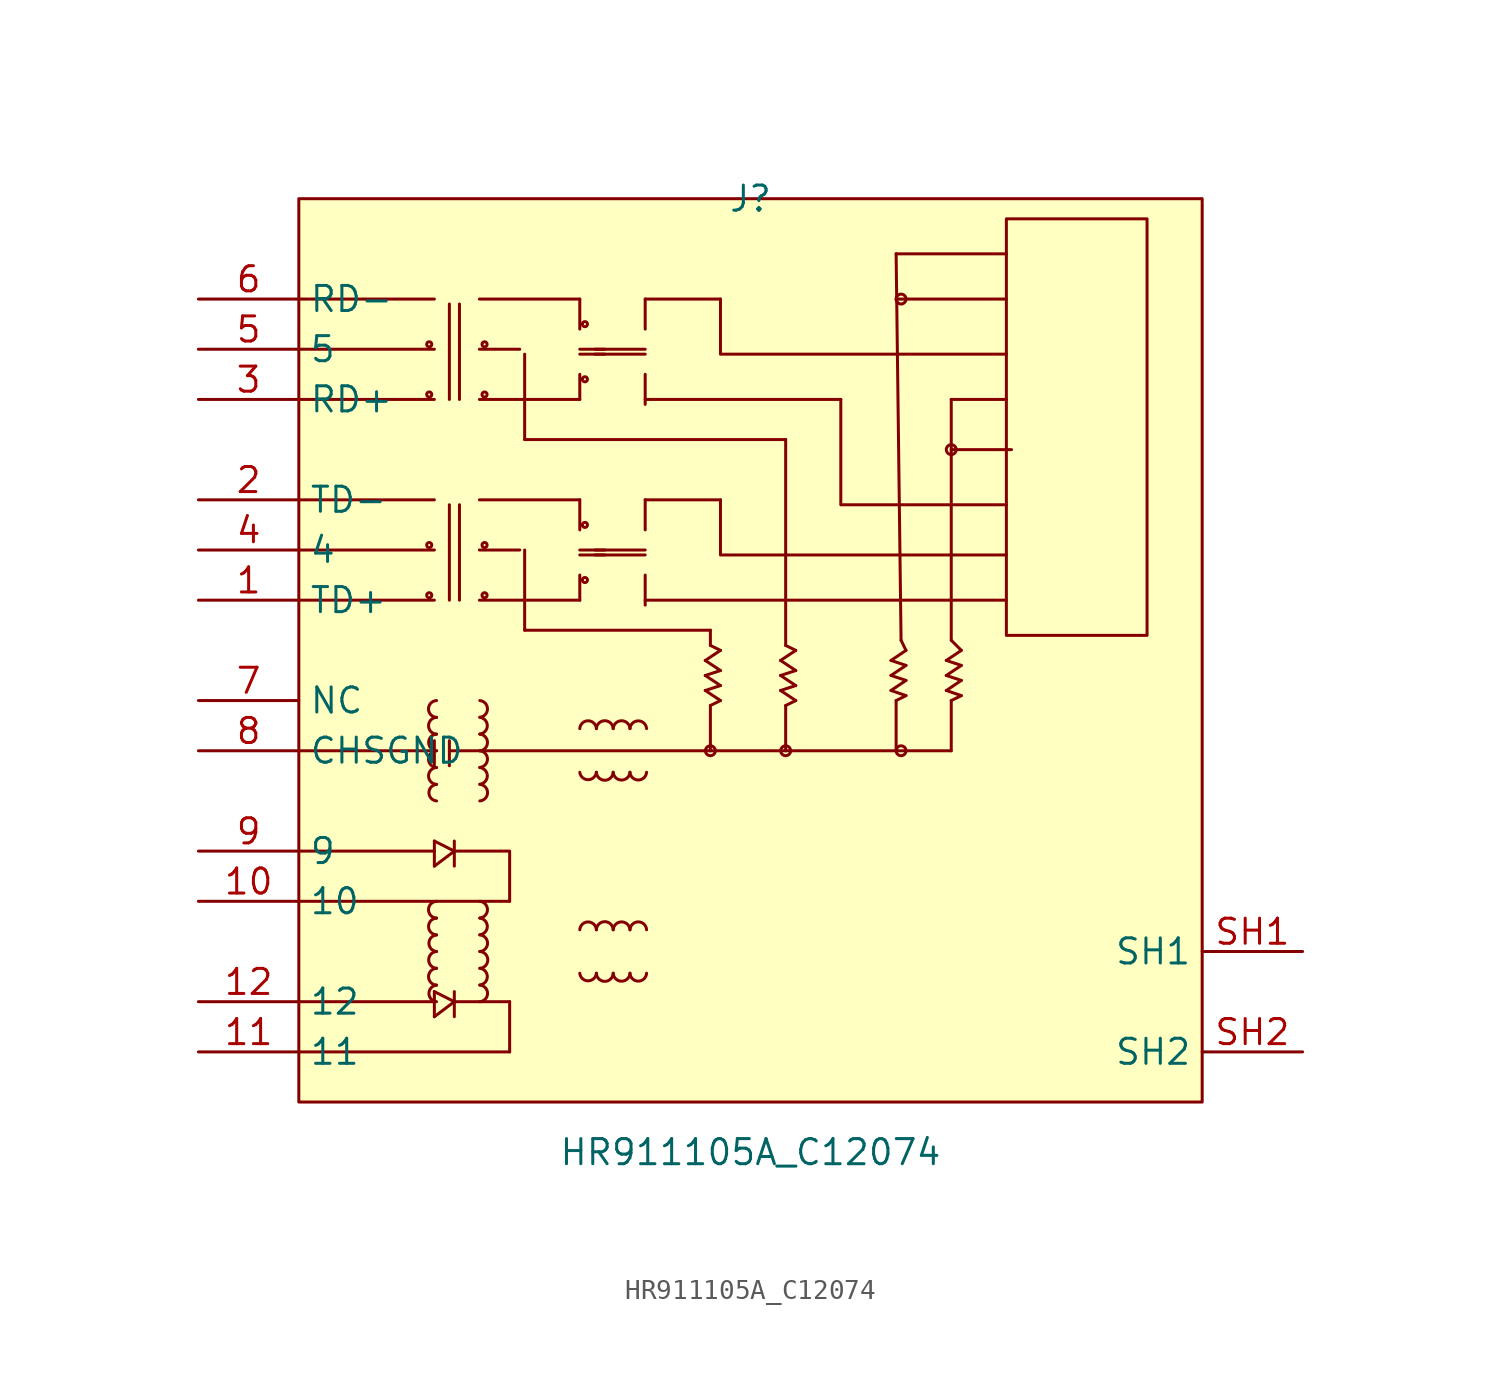
<source format=kicad_sym>
(kicad_symbol_lib
  (version 20211014)
  (generator https://github.com/uPesy/easyeda2kicad.py)
  (symbol "HR911105A_C12074"
    (property "Reference" "J"
      (at 0 22.86 0)
      (effects (font (size 1.27 1.27))))
    (property "Value" "HR911105A_C12074"
      (at 0 -25.40 0)
      (effects (font (size 1.27 1.27))))
    (symbol "HR911105A_C12074_0_1"
      (rectangle (start -22.86 22.86) (end 22.86 -22.86) (stroke (width 0) (type default) (color 0 0 0 0)) (fill (type background)))
      (circle (center 7.62 17.78) (radius 0.25) (stroke (width 0) (type default) (color 0 0 0 0)) (fill (type none)))
      (circle (center 10.16 10.16) (radius 0.25) (stroke (width 0) (type default) (color 0 0 0 0)) (fill (type none)))
      (circle (center 1.78 -5.08) (radius 0.25) (stroke (width 0) (type default) (color 0 0 0 0)) (fill (type none)))
      (circle (center 7.62 -5.08) (radius 0.25) (stroke (width 0) (type default) (color 0 0 0 0)) (fill (type none)))
      (circle (center -13.46 15.49) (radius 0.13) (stroke (width 0) (type default) (color 0 0 0 0)) (fill (type none)))
      (circle (center -16.26 15.49) (radius 0.13) (stroke (width 0) (type default) (color 0 0 0 0)) (fill (type none)))
      (circle (center -16.26 12.95) (radius 0.13) (stroke (width 0) (type default) (color 0 0 0 0)) (fill (type none)))
      (circle (center -13.46 12.95) (radius 0.13) (stroke (width 0) (type default) (color 0 0 0 0)) (fill (type none)))
      (circle (center -16.26 5.33) (radius 0.13) (stroke (width 0) (type default) (color 0 0 0 0)) (fill (type none)))
      (circle (center -16.26 2.79) (radius 0.13) (stroke (width 0) (type default) (color 0 0 0 0)) (fill (type none)))
      (circle (center -13.46 5.33) (radius 0.13) (stroke (width 0) (type default) (color 0 0 0 0)) (fill (type none)))
      (circle (center -13.46 2.79) (radius 0.13) (stroke (width 0) (type default) (color 0 0 0 0)) (fill (type none)))
      (circle (center -8.38 16.51) (radius 0.13) (stroke (width 0) (type default) (color 0 0 0 0)) (fill (type none)))
      (circle (center -8.38 13.72) (radius 0.13) (stroke (width 0) (type default) (color 0 0 0 0)) (fill (type none)))
      (circle (center -8.38 6.35) (radius 0.13) (stroke (width 0) (type default) (color 0 0 0 0)) (fill (type none)))
      (circle (center -8.38 3.56) (radius 0.13) (stroke (width 0) (type default) (color 0 0 0 0)) (fill (type none)))
      (circle (center -2.03 -5.08) (radius 0.25) (stroke (width 0) (type default) (color 0 0 0 0)) (fill (type none)))
      (arc (start -15.89 -16.94) (mid -15.99 -17.76) (end -15.89 -17.78) (stroke (width 0) (type default) (color 0 0 0 0)) (fill (type none)))
      (arc (start -15.89 -16.09) (mid -15.93 -16.94) (end -15.89 -16.94) (stroke (width 0) (type default) (color 0 0 0 0)) (fill (type none)))
      (arc (start -15.89 -15.24) (mid -15.68 -16.05) (end -15.89 -16.09) (stroke (width 0) (type default) (color 0 0 0 0)) (fill (type none)))
      (arc (start -15.89 -14.40) (mid -15.99 -15.22) (end -15.89 -15.24) (stroke (width 0) (type default) (color 0 0 0 0)) (fill (type none)))
      (arc (start -15.89 -13.55) (mid -15.93 -14.40) (end -15.89 -14.40) (stroke (width 0) (type default) (color 0 0 0 0)) (fill (type none)))
      (arc (start -15.89 -12.70) (mid -15.67 -13.50) (end -15.89 -13.55) (stroke (width 0) (type default) (color 0 0 0 0)) (fill (type none)))
      (arc (start -15.89 -6.78) (mid -15.99 -7.60) (end -15.89 -7.62) (stroke (width 0) (type default) (color 0 0 0 0)) (fill (type none)))
      (arc (start -15.89 -5.93) (mid -15.93 -6.78) (end -15.89 -6.78) (stroke (width 0) (type default) (color 0 0 0 0)) (fill (type none)))
      (arc (start -15.89 -5.08) (mid -15.67 -5.88) (end -15.89 -5.93) (stroke (width 0) (type default) (color 0 0 0 0)) (fill (type none)))
      (arc (start -15.89 -4.24) (mid -16.00 -5.06) (end -15.89 -5.08) (stroke (width 0) (type default) (color 0 0 0 0)) (fill (type none)))
      (arc (start -15.89 -3.39) (mid -15.93 -4.24) (end -15.89 -4.24) (stroke (width 0) (type default) (color 0 0 0 0)) (fill (type none)))
      (arc (start -15.89 -2.54) (mid -15.67 -3.34) (end -15.89 -3.39) (stroke (width 0) (type default) (color 0 0 0 0)) (fill (type none)))
      (arc (start -13.70 -17.78) (mid -13.86 -17.76) (end -13.70 -16.94) (stroke (width 0) (type default) (color 0 0 0 0)) (fill (type none)))
      (arc (start -13.70 -16.94) (mid -13.79 -16.94) (end -13.70 -16.09) (stroke (width 0) (type default) (color 0 0 0 0)) (fill (type none)))
      (arc (start -13.70 -16.09) (mid -13.54 -16.05) (end -13.70 -15.24) (stroke (width 0) (type default) (color 0 0 0 0)) (fill (type none)))
      (arc (start -13.70 -15.24) (mid -13.86 -15.22) (end -13.70 -14.40) (stroke (width 0) (type default) (color 0 0 0 0)) (fill (type none)))
      (arc (start -13.70 -14.40) (mid -13.79 -14.40) (end -13.70 -13.55) (stroke (width 0) (type default) (color 0 0 0 0)) (fill (type none)))
      (arc (start -13.70 -13.55) (mid -13.53 -13.50) (end -13.70 -12.70) (stroke (width 0) (type default) (color 0 0 0 0)) (fill (type none)))
      (arc (start -13.70 -7.62) (mid -13.86 -7.60) (end -13.70 -6.78) (stroke (width 0) (type default) (color 0 0 0 0)) (fill (type none)))
      (arc (start -13.70 -6.78) (mid -13.79 -6.78) (end -13.70 -5.93) (stroke (width 0) (type default) (color 0 0 0 0)) (fill (type none)))
      (arc (start -13.70 -5.93) (mid -13.53 -5.88) (end -13.70 -5.08) (stroke (width 0) (type default) (color 0 0 0 0)) (fill (type none)))
      (arc (start -13.70 -5.08) (mid -13.87 -5.06) (end -13.70 -4.24) (stroke (width 0) (type default) (color 0 0 0 0)) (fill (type none)))
      (arc (start -13.70 -4.24) (mid -13.79 -4.24) (end -13.70 -3.39) (stroke (width 0) (type default) (color 0 0 0 0)) (fill (type none)))
      (arc (start -13.70 -3.39) (mid -13.53 -3.34) (end -13.70 -2.54) (stroke (width 0) (type default) (color 0 0 0 0)) (fill (type none)))
      (arc (start -6.10 -16.34) (mid -5.81 -16.72) (end -5.26 -16.34) (stroke (width 0) (type default) (color 0 0 0 0)) (fill (type none)))
      (arc (start -6.95 -16.34) (mid -6.58 -16.74) (end -6.10 -16.34) (stroke (width 0) (type default) (color 0 0 0 0)) (fill (type none)))
      (arc (start -7.80 -16.34) (mid -7.19 -16.71) (end -6.95 -16.34) (stroke (width 0) (type default) (color 0 0 0 0)) (fill (type none)))
      (arc (start -8.64 -16.34) (mid -8.52 -16.60) (end -7.80 -16.34) (stroke (width 0) (type default) (color 0 0 0 0)) (fill (type none)))
      (arc (start -5.26 -14.14) (mid -5.81 -14.56) (end -6.10 -14.14) (stroke (width 0) (type default) (color 0 0 0 0)) (fill (type none)))
      (arc (start -6.10 -14.14) (mid -6.58 -14.59) (end -6.95 -14.14) (stroke (width 0) (type default) (color 0 0 0 0)) (fill (type none)))
      (arc (start -6.95 -14.14) (mid -7.19 -14.54) (end -7.80 -14.14) (stroke (width 0) (type default) (color 0 0 0 0)) (fill (type none)))
      (arc (start -7.80 -14.14) (mid -8.52 -14.46) (end -8.64 -14.14) (stroke (width 0) (type default) (color 0 0 0 0)) (fill (type none)))
      (arc (start -6.10 -6.17) (mid -5.81 -6.54) (end -5.26 -6.17) (stroke (width 0) (type default) (color 0 0 0 0)) (fill (type none)))
      (arc (start -6.95 -6.17) (mid -6.58 -6.56) (end -6.10 -6.17) (stroke (width 0) (type default) (color 0 0 0 0)) (fill (type none)))
      (arc (start -7.80 -6.17) (mid -7.19 -6.53) (end -6.95 -6.17) (stroke (width 0) (type default) (color 0 0 0 0)) (fill (type none)))
      (arc (start -8.64 -6.17) (mid -8.52 -6.42) (end -7.80 -6.17) (stroke (width 0) (type default) (color 0 0 0 0)) (fill (type none)))
      (arc (start -5.26 -3.96) (mid -5.81 -4.39) (end -6.10 -3.96) (stroke (width 0) (type default) (color 0 0 0 0)) (fill (type none)))
      (arc (start -6.10 -3.96) (mid -6.58 -4.41) (end -6.95 -3.96) (stroke (width 0) (type default) (color 0 0 0 0)) (fill (type none)))
      (arc (start -6.95 -3.96) (mid -7.19 -4.37) (end -7.80 -3.96) (stroke (width 0) (type default) (color 0 0 0 0)) (fill (type none)))
      (arc (start -7.80 -3.96) (mid -8.52 -4.28) (end -8.64 -3.96) (stroke (width 0) (type default) (color 0 0 0 0)) (fill (type none)))
      (polyline (pts (xy -5.33 7.62) (xy -1.52 7.62)) (stroke (width 0) (type default) (color 0 0 0 0)) (fill (type none)))
      (polyline (pts (xy 10.16 12.70) (xy 12.95 12.70)) (stroke (width 0) (type default) (color 0 0 0 0)) (fill (type none)))
      (polyline (pts (xy 1.78 10.67) (xy -11.43 10.67)) (stroke (width 0) (type default) (color 0 0 0 0)) (fill (type none)))
      (polyline (pts (xy 12.95 2.54) (xy -5.33 2.54)) (stroke (width 0) (type default) (color 0 0 0 0)) (fill (type none)))
      (polyline (pts (xy -15.24 7.37) (xy -15.24 2.54)) (stroke (width 0) (type default) (color 0 0 0 0)) (fill (type none)))
      (polyline (pts (xy -14.73 7.37) (xy -14.73 2.54)) (stroke (width 0) (type default) (color 0 0 0 0)) (fill (type none)))
      (polyline (pts (xy -13.72 2.54) (xy -8.64 2.54)) (stroke (width 0) (type default) (color 0 0 0 0)) (fill (type none)))
      (polyline (pts (xy -5.33 3.81) (xy -5.33 2.54) (xy -5.33 2.29)) (stroke (width 0) (type default) (color 0 0 0 0)) (fill (type none)))
      (polyline (pts (xy -13.72 7.62) (xy -8.64 7.62)) (stroke (width 0) (type default) (color 0 0 0 0)) (fill (type none)))
      (polyline (pts (xy -8.64 4.83) (xy -7.37 4.83)) (stroke (width 0) (type default) (color 0 0 0 0)) (fill (type none)))
      (polyline (pts (xy -8.64 5.08) (xy -7.37 5.08)) (stroke (width 0) (type default) (color 0 0 0 0)) (fill (type none)))
      (polyline (pts (xy -5.33 6.10) (xy -5.33 7.62)) (stroke (width 0) (type default) (color 0 0 0 0)) (fill (type none)))
      (polyline (pts (xy -5.33 4.83) (xy -7.87 4.83)) (stroke (width 0) (type default) (color 0 0 0 0)) (fill (type none)))
      (polyline (pts (xy -5.33 5.08) (xy -7.87 5.08)) (stroke (width 0) (type default) (color 0 0 0 0)) (fill (type none)))
      (polyline (pts (xy -16.00 -5.08) (xy -22.86 -5.08)) (stroke (width 0) (type default) (color 0 0 0 0)) (fill (type none)))
      (polyline (pts (xy 12.95 21.84) (xy 12.95 0.76) (xy 20.07 0.76) (xy 20.07 21.84) (xy 12.95 21.84)) (stroke (width 0) (type default) (color 0 0 0 0)) (fill (type background)))
      (polyline (pts (xy -16.00 -4.57) (xy -16.00 -5.84)) (stroke (width 0) (type default) (color 0 0 0 0)) (fill (type none)))
      (polyline (pts (xy -15.24 -4.57) (xy -15.24 -5.84)) (stroke (width 0) (type default) (color 0 0 0 0)) (fill (type none)))
      (polyline (pts (xy 10.16 -5.08) (xy -15.24 -5.08)) (stroke (width 0) (type default) (color 0 0 0 0)) (fill (type none)))
      (polyline (pts (xy 2.29 -0.00) (xy 1.52 -0.51)) (stroke (width 0) (type default) (color 0 0 0 0)) (fill (type none)))
      (polyline (pts (xy 2.29 -2.54) (xy 1.52 -2.03)) (stroke (width 0) (type default) (color 0 0 0 0)) (fill (type none)))
      (polyline (pts (xy 2.29 -2.54) (xy 1.78 -2.79)) (stroke (width 0) (type default) (color 0 0 0 0)) (fill (type none)))
      (polyline (pts (xy 2.29 -1.02) (xy 1.52 -1.27)) (stroke (width 0) (type default) (color 0 0 0 0)) (fill (type none)))
      (polyline (pts (xy 2.29 -1.02) (xy 1.52 -0.51)) (stroke (width 0) (type default) (color 0 0 0 0)) (fill (type none)))
      (polyline (pts (xy 2.29 -1.78) (xy 1.52 -2.03)) (stroke (width 0) (type default) (color 0 0 0 0)) (fill (type none)))
      (polyline (pts (xy 2.29 -1.78) (xy 1.52 -1.27)) (stroke (width 0) (type default) (color 0 0 0 0)) (fill (type none)))
      (polyline (pts (xy 2.29 -0.00) (xy 1.78 0.25)) (stroke (width 0) (type default) (color 0 0 0 0)) (fill (type none)))
      (polyline (pts (xy 1.78 -2.79) (xy 1.78 -5.08)) (stroke (width 0) (type default) (color 0 0 0 0)) (fill (type none)))
      (polyline (pts (xy 7.87 -0.00) (xy 7.11 -0.51)) (stroke (width 0) (type default) (color 0 0 0 0)) (fill (type none)))
      (polyline (pts (xy 7.87 -2.29) (xy 7.11 -2.03)) (stroke (width 0) (type default) (color 0 0 0 0)) (fill (type none)))
      (polyline (pts (xy 7.87 -2.29) (xy 7.37 -2.54)) (stroke (width 0) (type default) (color 0 0 0 0)) (fill (type none)))
      (polyline (pts (xy 7.87 -0.76) (xy 7.11 -1.27)) (stroke (width 0) (type default) (color 0 0 0 0)) (fill (type none)))
      (polyline (pts (xy 7.87 -0.76) (xy 7.11 -0.51)) (stroke (width 0) (type default) (color 0 0 0 0)) (fill (type none)))
      (polyline (pts (xy 7.87 -1.52) (xy 7.11 -2.03)) (stroke (width 0) (type default) (color 0 0 0 0)) (fill (type none)))
      (polyline (pts (xy 7.87 -1.52) (xy 7.11 -1.27)) (stroke (width 0) (type default) (color 0 0 0 0)) (fill (type none)))
      (polyline (pts (xy 7.87 -0.00) (xy 7.62 0.51)) (stroke (width 0) (type default) (color 0 0 0 0)) (fill (type none)))
      (polyline (pts (xy 7.37 -2.54) (xy 7.37 -5.08)) (stroke (width 0) (type default) (color 0 0 0 0)) (fill (type none)))
      (polyline (pts (xy 10.67 -0.00) (xy 9.91 -0.51)) (stroke (width 0) (type default) (color 0 0 0 0)) (fill (type none)))
      (polyline (pts (xy 10.67 -2.29) (xy 9.91 -2.03)) (stroke (width 0) (type default) (color 0 0 0 0)) (fill (type none)))
      (polyline (pts (xy 10.67 -2.29) (xy 10.16 -2.54)) (stroke (width 0) (type default) (color 0 0 0 0)) (fill (type none)))
      (polyline (pts (xy 10.67 -0.76) (xy 9.91 -1.27)) (stroke (width 0) (type default) (color 0 0 0 0)) (fill (type none)))
      (polyline (pts (xy 10.67 -0.76) (xy 9.91 -0.51)) (stroke (width 0) (type default) (color 0 0 0 0)) (fill (type none)))
      (polyline (pts (xy 10.67 -1.52) (xy 9.91 -2.03)) (stroke (width 0) (type default) (color 0 0 0 0)) (fill (type none)))
      (polyline (pts (xy 10.67 -1.52) (xy 9.91 -1.27)) (stroke (width 0) (type default) (color 0 0 0 0)) (fill (type none)))
      (polyline (pts (xy 10.67 -0.00) (xy 10.16 0.51)) (stroke (width 0) (type default) (color 0 0 0 0)) (fill (type none)))
      (polyline (pts (xy 10.16 -2.54) (xy 10.16 -5.08)) (stroke (width 0) (type default) (color 0 0 0 0)) (fill (type none)))
      (polyline (pts (xy 12.95 14.99) (xy -1.52 14.99) (xy -1.52 17.78)) (stroke (width 0) (type default) (color 0 0 0 0)) (fill (type none)))
      (polyline (pts (xy 12.95 17.78) (xy 7.37 17.78)) (stroke (width 0) (type default) (color 0 0 0 0)) (fill (type none)))
      (polyline (pts (xy 12.95 20.07) (xy 7.37 20.07)) (stroke (width 0) (type default) (color 0 0 0 0)) (fill (type none)))
      (polyline (pts (xy 12.95 4.83) (xy -1.52 4.83) (xy -1.52 7.62)) (stroke (width 0) (type default) (color 0 0 0 0)) (fill (type none)))
      (polyline (pts (xy 13.21 10.16) (xy 10.16 10.16)) (stroke (width 0) (type default) (color 0 0 0 0)) (fill (type none)))
      (polyline (pts (xy 12.95 7.37) (xy 4.57 7.37) (xy 4.57 12.70)) (stroke (width 0) (type default) (color 0 0 0 0)) (fill (type none)))
      (polyline (pts (xy 1.78 0.25) (xy 1.78 10.67)) (stroke (width 0) (type default) (color 0 0 0 0)) (fill (type none)))
      (polyline (pts (xy 7.62 0.51) (xy 7.37 20.07)) (stroke (width 0) (type default) (color 0 0 0 0)) (fill (type none)))
      (polyline (pts (xy 10.16 0.51) (xy 10.16 12.70)) (stroke (width 0) (type default) (color 0 0 0 0)) (fill (type none)))
      (polyline (pts (xy -16.00 -10.16) (xy -22.86 -10.16)) (stroke (width 0) (type default) (color 0 0 0 0)) (fill (type none)))
      (polyline (pts (xy -16.00 -9.65) (xy -16.00 -10.92)) (stroke (width 0) (type default) (color 0 0 0 0)) (fill (type none)))
      (polyline (pts (xy -14.99 -10.16) (xy -16.00 -9.65)) (stroke (width 0) (type default) (color 0 0 0 0)) (fill (type none)))
      (polyline (pts (xy -14.99 -10.16) (xy -16.00 -10.92)) (stroke (width 0) (type default) (color 0 0 0 0)) (fill (type none)))
      (polyline (pts (xy -14.99 -9.65) (xy -14.99 -10.92)) (stroke (width 0) (type default) (color 0 0 0 0)) (fill (type none)))
      (polyline (pts (xy -14.99 -10.16) (xy -12.19 -10.16) (xy -12.19 -12.70)) (stroke (width 0) (type default) (color 0 0 0 0)) (fill (type none)))
      (polyline (pts (xy -14.99 -17.78) (xy -12.19 -17.78)) (stroke (width 0) (type default) (color 0 0 0 0)) (fill (type none)))
      (polyline (pts (xy -16.00 -17.78) (xy -22.86 -17.78)) (stroke (width 0) (type default) (color 0 0 0 0)) (fill (type none)))
      (polyline (pts (xy -14.99 -17.27) (xy -14.99 -18.54)) (stroke (width 0) (type default) (color 0 0 0 0)) (fill (type none)))
      (polyline (pts (xy -14.99 -17.78) (xy -16.00 -18.54)) (stroke (width 0) (type default) (color 0 0 0 0)) (fill (type none)))
      (polyline (pts (xy -16.00 -17.27) (xy -16.00 -18.54)) (stroke (width 0) (type default) (color 0 0 0 0)) (fill (type none)))
      (polyline (pts (xy -14.99 -17.78) (xy -16.00 -17.27)) (stroke (width 0) (type default) (color 0 0 0 0)) (fill (type none)))
      (polyline (pts (xy -12.19 -17.78) (xy -12.19 -20.32)) (stroke (width 0) (type default) (color 0 0 0 0)) (fill (type none)))
      (polyline (pts (xy -5.33 17.78) (xy -1.52 17.78)) (stroke (width 0) (type default) (color 0 0 0 0)) (fill (type none)))
      (polyline (pts (xy 4.57 12.70) (xy -5.33 12.70)) (stroke (width 0) (type default) (color 0 0 0 0)) (fill (type none)))
      (polyline (pts (xy -13.72 12.70) (xy -8.64 12.70)) (stroke (width 0) (type default) (color 0 0 0 0)) (fill (type none)))
      (polyline (pts (xy -13.72 17.78) (xy -8.64 17.78)) (stroke (width 0) (type default) (color 0 0 0 0)) (fill (type none)))
      (polyline (pts (xy -14.73 17.53) (xy -14.73 12.70)) (stroke (width 0) (type default) (color 0 0 0 0)) (fill (type none)))
      (polyline (pts (xy -15.24 17.53) (xy -15.24 12.70)) (stroke (width 0) (type default) (color 0 0 0 0)) (fill (type none)))
      (polyline (pts (xy -16.00 17.78) (xy -22.86 17.78)) (stroke (width 0) (type default) (color 0 0 0 0)) (fill (type none)))
      (polyline (pts (xy -16.00 15.24) (xy -22.86 15.24)) (stroke (width 0) (type default) (color 0 0 0 0)) (fill (type none)))
      (polyline (pts (xy -5.33 13.97) (xy -5.33 12.70) (xy -5.33 12.45)) (stroke (width 0) (type default) (color 0 0 0 0)) (fill (type none)))
      (polyline (pts (xy -8.64 14.99) (xy -7.37 14.99)) (stroke (width 0) (type default) (color 0 0 0 0)) (fill (type none)))
      (polyline (pts (xy -8.64 15.24) (xy -7.37 15.24)) (stroke (width 0) (type default) (color 0 0 0 0)) (fill (type none)))
      (polyline (pts (xy -5.33 16.26) (xy -5.33 17.78)) (stroke (width 0) (type default) (color 0 0 0 0)) (fill (type none)))
      (polyline (pts (xy -5.33 14.99) (xy -7.87 14.99)) (stroke (width 0) (type default) (color 0 0 0 0)) (fill (type none)))
      (polyline (pts (xy -5.33 15.24) (xy -7.87 15.24)) (stroke (width 0) (type default) (color 0 0 0 0)) (fill (type none)))
      (polyline (pts (xy -13.72 15.24) (xy -11.68 15.24)) (stroke (width 0) (type default) (color 0 0 0 0)) (fill (type none)))
      (polyline (pts (xy -11.43 5.08) (xy -11.43 1.02)) (stroke (width 0) (type default) (color 0 0 0 0)) (fill (type none)))
      (polyline (pts (xy -2.03 1.02) (xy -11.43 1.02)) (stroke (width 0) (type default) (color 0 0 0 0)) (fill (type none)))
      (polyline (pts (xy -13.72 5.08) (xy -11.68 5.08)) (stroke (width 0) (type default) (color 0 0 0 0)) (fill (type none)))
      (polyline (pts (xy -12.19 -12.70) (xy -22.86 -12.70)) (stroke (width 0) (type default) (color 0 0 0 0)) (fill (type none)))
      (polyline (pts (xy -12.19 -20.32) (xy -22.86 -20.32)) (stroke (width 0) (type default) (color 0 0 0 0)) (fill (type none)))
      (polyline (pts (xy -16.00 12.70) (xy -22.86 12.70)) (stroke (width 0) (type default) (color 0 0 0 0)) (fill (type none)))
      (polyline (pts (xy -16.00 5.08) (xy -22.86 5.08)) (stroke (width 0) (type default) (color 0 0 0 0)) (fill (type none)))
      (polyline (pts (xy -16.00 7.62) (xy -22.86 7.62)) (stroke (width 0) (type default) (color 0 0 0 0)) (fill (type none)))
      (polyline (pts (xy -16.00 2.54) (xy -22.86 2.54)) (stroke (width 0) (type default) (color 0 0 0 0)) (fill (type none)))
      (polyline (pts (xy -8.64 17.78) (xy -8.64 16.26)) (stroke (width 0) (type default) (color 0 0 0 0)) (fill (type none)))
      (polyline (pts (xy -8.64 13.97) (xy -8.64 12.70)) (stroke (width 0) (type default) (color 0 0 0 0)) (fill (type none)))
      (polyline (pts (xy -8.64 6.10) (xy -8.64 7.62)) (stroke (width 0) (type default) (color 0 0 0 0)) (fill (type none)))
      (polyline (pts (xy -8.64 2.54) (xy -8.64 3.81)) (stroke (width 0) (type default) (color 0 0 0 0)) (fill (type none)))
      (polyline (pts (xy -11.43 10.67) (xy -11.43 14.99)) (stroke (width 0) (type default) (color 0 0 0 0)) (fill (type none)))
      (polyline (pts (xy -2.03 -2.79) (xy -2.03 -5.08)) (stroke (width 0) (type default) (color 0 0 0 0)) (fill (type none)))
      (polyline (pts (xy -1.52 -0.00) (xy -2.03 0.25)) (stroke (width 0) (type default) (color 0 0 0 0)) (fill (type none)))
      (polyline (pts (xy -1.52 -1.78) (xy -2.29 -1.27)) (stroke (width 0) (type default) (color 0 0 0 0)) (fill (type none)))
      (polyline (pts (xy -1.52 -1.78) (xy -2.29 -2.03)) (stroke (width 0) (type default) (color 0 0 0 0)) (fill (type none)))
      (polyline (pts (xy -1.52 -1.02) (xy -2.29 -0.51)) (stroke (width 0) (type default) (color 0 0 0 0)) (fill (type none)))
      (polyline (pts (xy -1.52 -1.02) (xy -2.29 -1.27)) (stroke (width 0) (type default) (color 0 0 0 0)) (fill (type none)))
      (polyline (pts (xy -1.52 -2.54) (xy -2.03 -2.79)) (stroke (width 0) (type default) (color 0 0 0 0)) (fill (type none)))
      (polyline (pts (xy -1.52 -2.54) (xy -2.29 -2.03)) (stroke (width 0) (type default) (color 0 0 0 0)) (fill (type none)))
      (polyline (pts (xy -1.52 -0.00) (xy -2.29 -0.51)) (stroke (width 0) (type default) (color 0 0 0 0)) (fill (type none)))
      (polyline (pts (xy -2.03 1.02) (xy -2.03 0.25)) (stroke (width 0) (type default) (color 0 0 0 0)) (fill (type none)))
      (pin unspecified line (at -27.94 17.78 0) (length 5.08) (name "RD-" (effects (font (size 1.27 1.27)))) (number "6" (effects (font (size 1.27 1.27)))))
      (pin unspecified line (at -27.94 15.24 0) (length 5.08) (name "5" (effects (font (size 1.27 1.27)))) (number "5" (effects (font (size 1.27 1.27)))))
      (pin unspecified line (at -27.94 12.70 0) (length 5.08) (name "RD+" (effects (font (size 1.27 1.27)))) (number "3" (effects (font (size 1.27 1.27)))))
      (pin unspecified line (at -27.94 2.54 0) (length 5.08) (name "TD+" (effects (font (size 1.27 1.27)))) (number "1" (effects (font (size 1.27 1.27)))))
      (pin unspecified line (at -27.94 5.08 0) (length 5.08) (name "4" (effects (font (size 1.27 1.27)))) (number "4" (effects (font (size 1.27 1.27)))))
      (pin unspecified line (at -27.94 7.62 0) (length 5.08) (name "TD-" (effects (font (size 1.27 1.27)))) (number "2" (effects (font (size 1.27 1.27)))))
      (pin unspecified line (at -27.94 -2.54 0) (length 5.08) (name "NC" (effects (font (size 1.27 1.27)))) (number "7" (effects (font (size 1.27 1.27)))))
      (pin unspecified line (at -27.94 -5.08 0) (length 5.08) (name "CHSGND" (effects (font (size 1.27 1.27)))) (number "8" (effects (font (size 1.27 1.27)))))
      (pin unspecified line (at -27.94 -10.16 0) (length 5.08) (name "9" (effects (font (size 1.27 1.27)))) (number "9" (effects (font (size 1.27 1.27)))))
      (pin unspecified line (at -27.94 -12.70 0) (length 5.08) (name "10" (effects (font (size 1.27 1.27)))) (number "10" (effects (font (size 1.27 1.27)))))
      (pin unspecified line (at -27.94 -20.32 0) (length 5.08) (name "11" (effects (font (size 1.27 1.27)))) (number "11" (effects (font (size 1.27 1.27)))))
      (pin unspecified line (at -27.94 -17.78 0) (length 5.08) (name "12" (effects (font (size 1.27 1.27)))) (number "12" (effects (font (size 1.27 1.27)))))
      (pin unspecified line (at 27.94 -15.24 180) (length 5.08) (name "SH1" (effects (font (size 1.27 1.27)))) (number "SH1" (effects (font (size 1.27 1.27)))))
      (pin unspecified line (at 27.94 -20.32 180) (length 5.08) (name "SH2" (effects (font (size 1.27 1.27)))) (number "SH2" (effects (font (size 1.27 1.27))))))))
</source>
